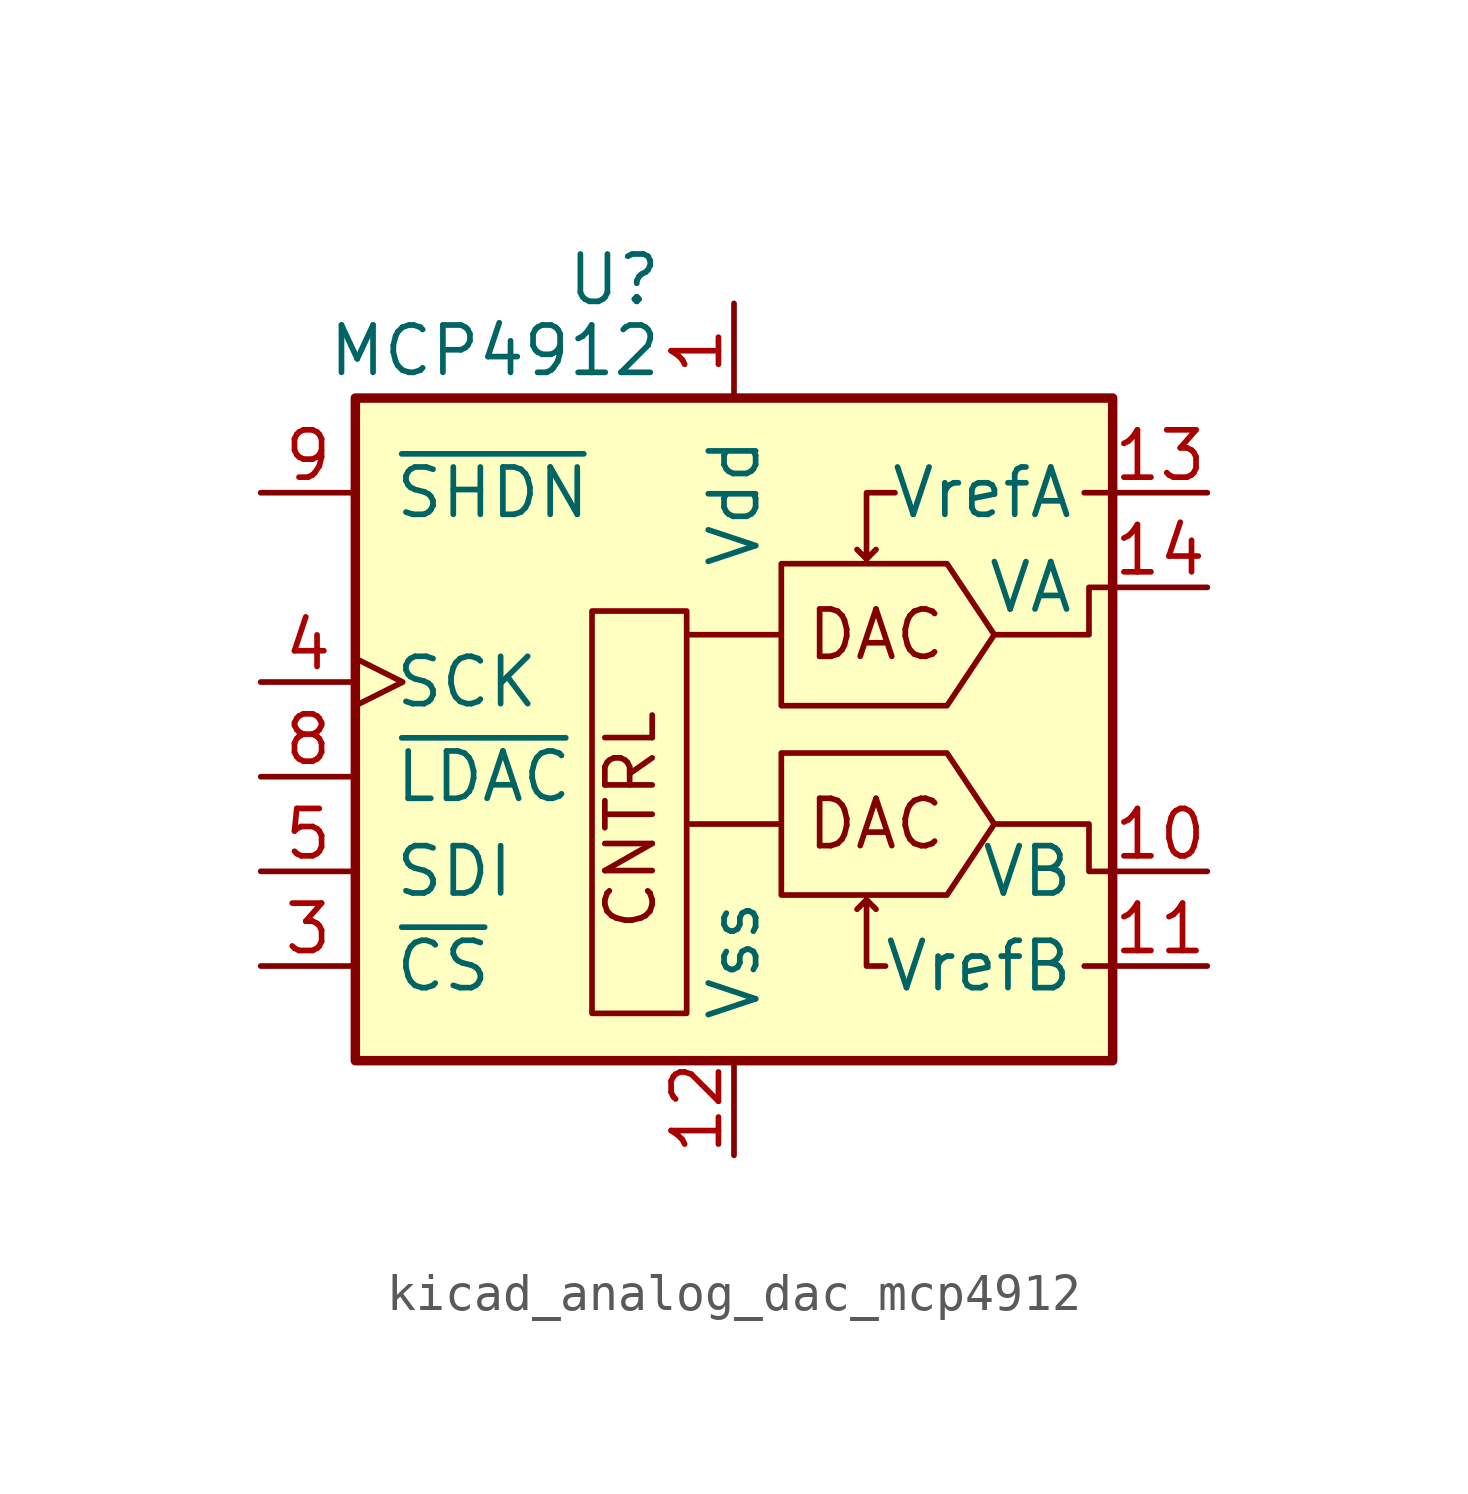
<source format=kicad_sym>
(kicad_symbol_lib
  (version 20220914)
  (generator kicad_symbol_editor)
  (symbol "kicad_analog_dac_mcp4912"
    (pin_names
      (offset 1.016))
    (property "Reference" "U"
      (at -1.905 10.795 0)
      (effects (font (size 1.27 1.27)) (justify right)))
    (property "Value" "MCP4912"
      (at -1.905 8.89 0)
      (effects (font (size 1.27 1.27)) (justify right)))
    (symbol "kicad_analog_dac_mcp4912_0_0"
      (polyline (pts (xy 3.556 -5.842) (xy 3.302 -6.096)) (stroke (width 0) (type default)) (fill (type none)))
      (polyline (pts (xy 3.556 -5.842) (xy 3.81 -6.096)) (stroke (width 0) (type default)) (fill (type none)))
      (polyline (pts (xy 3.556 3.302) (xy 3.302 3.556)) (stroke (width 0) (type default)) (fill (type none)))
      (polyline (pts (xy 3.556 3.302) (xy 3.81 3.556)) (stroke (width 0) (type default)) (fill (type none)))
      (polyline (pts (xy 10.16 -7.62) (xy 9.398 -7.62)) (stroke (width 0) (type default)) (fill (type none)))
      (polyline (pts (xy 10.16 5.08) (xy 9.398 5.08)) (stroke (width 0) (type default)) (fill (type none)))
      (polyline (pts (xy 4.064 -7.62) (xy 3.556 -7.62) (xy 3.556 -5.842)) (stroke (width 0) (type default)) (fill (type none)))
      (polyline (pts (xy 4.318 5.08) (xy 3.556 5.08) (xy 3.556 3.302)) (stroke (width 0) (type default)) (fill (type none)))
      (polyline (pts (xy 6.985 -3.81) (xy 9.525 -3.81) (xy 9.525 -5.08) (xy 10.16 -5.08)) (stroke (width 0) (type default)) (fill (type none)))
      (polyline (pts (xy 6.985 1.27) (xy 9.525 1.27) (xy 9.525 2.54) (xy 10.16 2.54)) (stroke (width 0) (type default)) (fill (type none)))
      (text "CNTRL" (at -2.032 -6.731 900) (effects (font (size 1.27 1.27)) (justify left bottom)))
      (text "DAC" (at 3.81 -3.81 0) (effects (font (size 1.27 1.27))))
      (text "DAC" (at 3.81 1.27 0) (effects (font (size 1.27 1.27)))))
    (symbol "kicad_analog_dac_mcp4912_0_1"
      (rectangle (start -10.16 7.62) (end 10.16 -10.16) (stroke (width 0.254) (type default)) (fill (type background)))
      (rectangle (start -1.27 -8.89) (end -3.81 1.905) (stroke (width 0) (type default)) (fill (type none)))
      (polyline (pts (xy 1.27 -3.81) (xy -1.27 -3.81)) (stroke (width 0) (type default)) (fill (type none)))
      (polyline (pts (xy 1.27 1.27) (xy -1.27 1.27)) (stroke (width 0) (type default)) (fill (type none)))
      (polyline (pts (xy 6.985 -3.81) (xy 5.715 -1.905) (xy 1.27 -1.905) (xy 1.27 -5.715) (xy 5.715 -5.715) (xy 6.985 -3.81)) (stroke (width 0) (type default)) (fill (type none)))
      (polyline (pts (xy 6.985 1.27) (xy 5.715 3.175) (xy 1.27 3.175) (xy 1.27 -0.635) (xy 5.715 -0.635) (xy 6.985 1.27)) (stroke (width 0) (type default)) (fill (type none))))
    (symbol "kicad_analog_dac_mcp4912_1_1"
      (pin power_in line (at 0 10.16 270) (length 2.54) (name "Vdd" (effects (font (size 1.27 1.27)))) (number "1" (effects (font (size 1.27 1.27)))))
      (pin output line (at 12.7 -5.08 180) (length 2.54) (name "VB" (effects (font (size 1.27 1.27)))) (number "10" (effects (font (size 1.27 1.27)))))
      (pin input line (at 12.7 -7.62 180) (length 2.54) (name "VrefB" (effects (font (size 1.27 1.27)))) (number "11" (effects (font (size 1.27 1.27)))))
      (pin power_in line (at 0 -12.7 90) (length 2.54) (name "Vss" (effects (font (size 1.27 1.27)))) (number "12" (effects (font (size 1.27 1.27)))))
      (pin input line (at 12.7 5.08 180) (length 2.54) (name "VrefA" (effects (font (size 1.27 1.27)))) (number "13" (effects (font (size 1.27 1.27)))))
      (pin output line (at 12.7 2.54 180) (length 2.54) (name "VA" (effects (font (size 1.27 1.27)))) (number "14" (effects (font (size 1.27 1.27)))))
      (pin no_connect line (at -7.62 -10.16 90) (length 2.54) hide (name "NC" (effects (font (size 1.27 1.27)))) (number "2" (effects (font (size 1.27 1.27)))))
      (pin input line (at -12.7 -7.62 0) (length 2.54) (name "~{CS}" (effects (font (size 1.27 1.27)))) (number "3" (effects (font (size 1.27 1.27)))))
      (pin input clock (at -12.7 0 0) (length 2.54) (name "SCK" (effects (font (size 1.27 1.27)))) (number "4" (effects (font (size 1.27 1.27)))))
      (pin input line (at -12.7 -5.08 0) (length 2.54) (name "SDI" (effects (font (size 1.27 1.27)))) (number "5" (effects (font (size 1.27 1.27)))))
      (pin no_connect line (at -5.08 -10.16 90) (length 2.54) hide (name "NC" (effects (font (size 1.27 1.27)))) (number "6" (effects (font (size 1.27 1.27)))))
      (pin no_connect line (at -2.54 -10.16 90) (length 2.54) hide (name "NC" (effects (font (size 1.27 1.27)))) (number "7" (effects (font (size 1.27 1.27)))))
      (pin input line (at -12.7 -2.54 0) (length 2.54) (name "~{LDAC}" (effects (font (size 1.27 1.27)))) (number "8" (effects (font (size 1.27 1.27)))))
      (pin output line (at -12.7 5.08 0) (length 2.54) (name "~{SHDN}" (effects (font (size 1.27 1.27)))) (number "9" (effects (font (size 1.27 1.27))))))))
</source>
